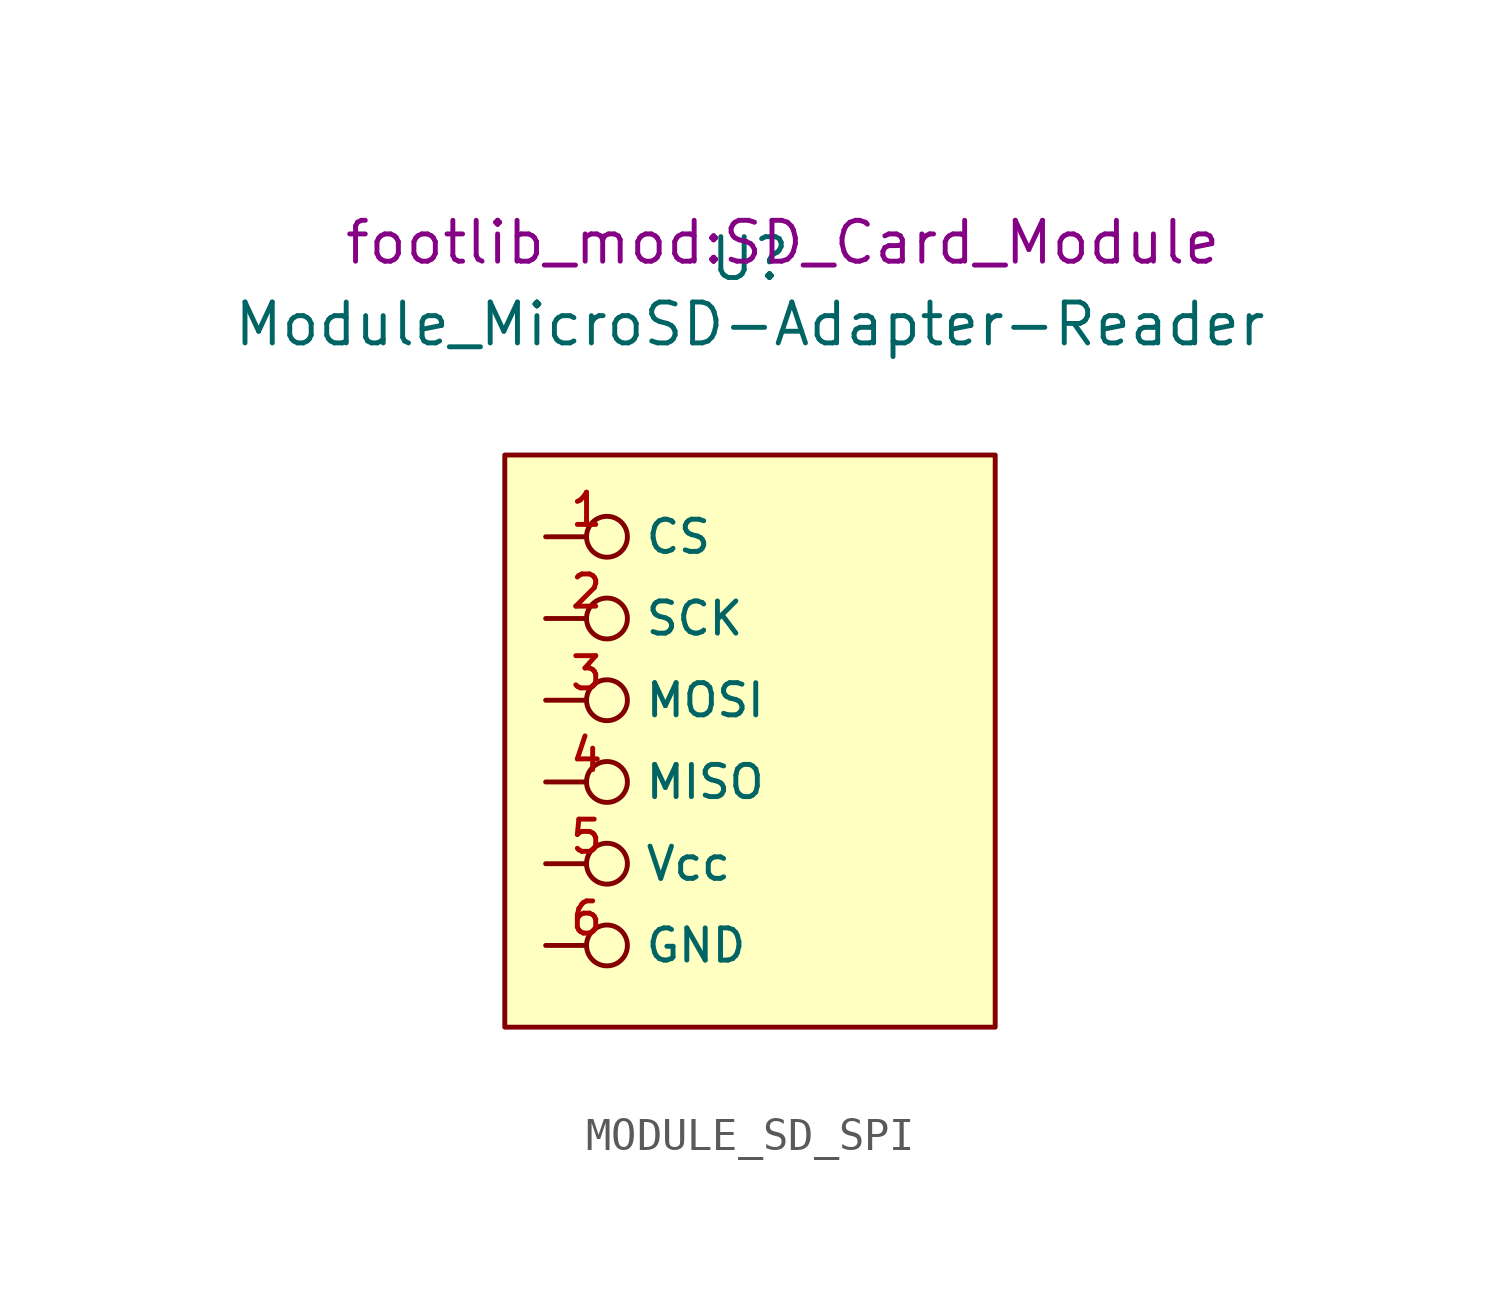
<source format=kicad_sym>
(kicad_symbol_lib
  (version 20241209)
  (generator "kicad_symbol_editor")
  (generator_version "9.0")
  (symbol "MODULE_SD_SPI"
    (property "Reference" "U"
      (at 0 14.986 0)
      (effects (font (size 1.27 1.27))))
    (property "Value" "Module_MicroSD-Adapter-Reader"
      (at 0 12.954 0)
      (effects (font (size 1.27 1.27))))
    (property "Footprint" "footlib_mod:SD_Card_Module"
      (at 1.016 15.494 0)
      (effects (font (size 1.27 1.27))))
    (symbol "MODULE_SD_SPI_1_0"
      (pin input inverted (at -6.35 6.35 0) (length 2.54) (name "CS" (effects (font (size 1 1)))) (number "1" (effects (font (size 1 1)))))
      (pin input inverted (at -6.35 3.81 0) (length 2.54) (name "SCK" (effects (font (size 1 1)))) (number "2" (effects (font (size 1 1)))))
      (pin input inverted (at -6.35 1.27 0) (length 2.54) (name "MOSI" (effects (font (size 1 1)))) (number "3" (effects (font (size 1 1)))))
      (pin output inverted (at -6.35 -1.27 0) (length 2.54) (name "MISO" (effects (font (size 1 1)))) (number "4" (effects (font (size 1 1)))))
      (pin power_in inverted (at -6.35 -3.81 0) (length 2.54) (name "Vcc" (effects (font (size 1 1)))) (number "5" (effects (font (size 1 1)))))
      (pin power_in inverted (at -6.35 -6.35 0) (length 2.54) (name "GND" (effects (font (size 1 1)))) (number "6" (effects (font (size 1 1))))))
    (symbol "MODULE_SD_SPI_1_1"
      (rectangle (start -7.62 8.89) (end 7.62 -8.89) (stroke (width 0) (type solid)) (fill (type background))))))
</source>
